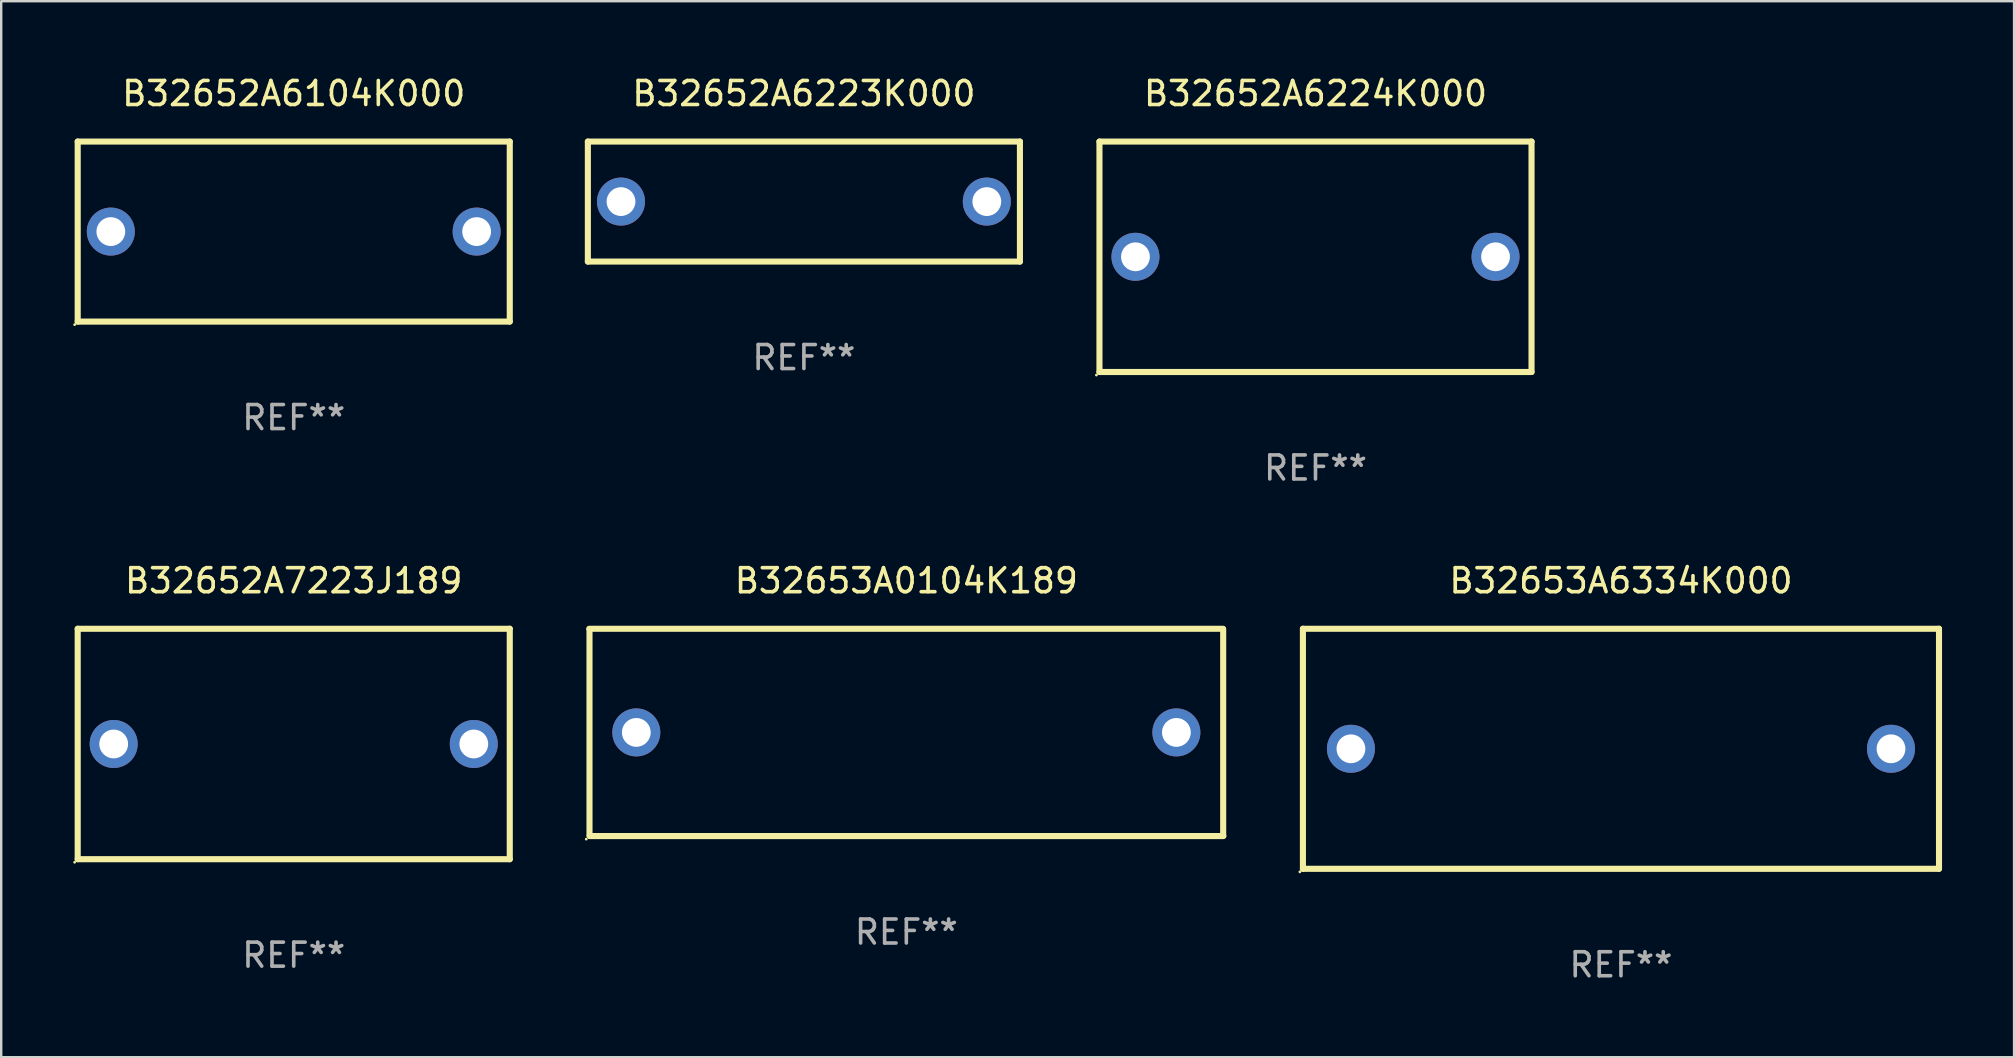
<source format=kicad_pcb>
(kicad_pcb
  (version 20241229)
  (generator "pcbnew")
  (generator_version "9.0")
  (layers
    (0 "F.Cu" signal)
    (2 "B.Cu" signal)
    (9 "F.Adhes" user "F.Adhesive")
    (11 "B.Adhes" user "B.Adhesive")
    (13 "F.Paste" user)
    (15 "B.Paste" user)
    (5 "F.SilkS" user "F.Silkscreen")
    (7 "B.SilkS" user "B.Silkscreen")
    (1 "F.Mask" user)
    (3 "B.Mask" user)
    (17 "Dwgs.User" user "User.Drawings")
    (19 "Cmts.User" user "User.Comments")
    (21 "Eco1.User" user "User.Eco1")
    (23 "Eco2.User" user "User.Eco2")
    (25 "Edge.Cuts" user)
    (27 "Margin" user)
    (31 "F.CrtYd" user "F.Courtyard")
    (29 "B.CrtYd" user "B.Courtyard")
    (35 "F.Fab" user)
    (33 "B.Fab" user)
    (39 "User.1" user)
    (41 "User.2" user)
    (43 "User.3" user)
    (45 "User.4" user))
  (footprint "B32652A6224K000"
    (layer "F.Cu")
    (at 51.755 7.648)
    (property "Reference" "B32652A6224K000" (at 0 -6.8 0) (layer "F.SilkS") (effects (font (size 1 1) (thickness 0.15))))
    (attr through_hole)
    (fp_line (start -9 -4.8) (end 9 -4.8) (stroke (width 0.254) (type solid)) (layer "F.SilkS"))
    (fp_line (start -9 4.8) (end -9 -4.8) (stroke (width 0.254) (type solid)) (layer "F.SilkS"))
    (fp_line (start 9 -4.8) (end 9 4.8) (stroke (width 0.254) (type solid)) (layer "F.SilkS"))
    (fp_line (start 9 4.8) (end -9 4.8) (stroke (width 0.254) (type solid)) (layer "F.SilkS"))
    (fp_circle (center -9.127 4.927) (end -9.097 4.927) (stroke (width 0.06) (type solid)) (fill no) (layer "F.SilkS"))
    (fp_text user "REF**" (at 0 8.8 0) (layer "F.Fab") (effects (font (size 1 1) (thickness 0.15))))
    (pad "1" thru_hole circle (at -7.501 0) (size 2 2) (drill 1.2) (layers "*.Cu" "*.Mask"))
    (pad "2" thru_hole circle (at 7.501 0) (size 2 2) (drill 1.2) (layers "*.Cu" "*.Mask")))
  (footprint "B32652A7223J189"
    (layer "F.Cu")
    (at 9.187 27.945)
    (property "Reference" "B32652A7223J189" (at 0 -6.8 0) (layer "F.SilkS") (effects (font (size 1 1) (thickness 0.15))))
    (attr through_hole)
    (fp_line (start -9 -4.8) (end 9 -4.8) (stroke (width 0.254) (type solid)) (layer "F.SilkS"))
    (fp_line (start -9 4.8) (end -9 -4.8) (stroke (width 0.254) (type solid)) (layer "F.SilkS"))
    (fp_line (start 9 -4.8) (end 9 4.8) (stroke (width 0.254) (type solid)) (layer "F.SilkS"))
    (fp_line (start 9 4.8) (end -9 4.8) (stroke (width 0.254) (type solid)) (layer "F.SilkS"))
    (fp_circle (center -9.127 4.927) (end -9.097 4.927) (stroke (width 0.06) (type solid)) (fill no) (layer "F.SilkS"))
    (fp_text user "REF**" (at 0 8.8 0) (layer "F.Fab") (effects (font (size 1 1) (thickness 0.15))))
    (pad "1" thru_hole circle (at -7.501 0) (size 2 2) (drill 1.2) (layers "*.Cu" "*.Mask"))
    (pad "2" thru_hole circle (at 7.501 0) (size 2 2) (drill 1.2) (layers "*.Cu" "*.Mask")))
  (footprint "B32653A0104K189"
    (layer "F.Cu")
    (at 34.709 27.463)
    (property "Reference" "B32653A0104K189" (at 0 -6.318 0) (layer "F.SilkS") (effects (font (size 1 1) (thickness 0.15))))
    (attr through_hole)
    (fp_line (start -13.208 -4.318) (end 13.193 -4.318) (stroke (width 0.254) (type solid)) (layer "F.SilkS"))
    (fp_line (start -13.2 4.3) (end -13.2 -4.3) (stroke (width 0.254) (type solid)) (layer "F.SilkS"))
    (fp_line (start 13.2 -4.3) (end 13.2 4.3) (stroke (width 0.254) (type solid)) (layer "F.SilkS"))
    (fp_line (start 13.208 4.318) (end -13.193 4.318) (stroke (width 0.254) (type solid)) (layer "F.SilkS"))
    (fp_circle (center -13.335 4.445) (end -13.305 4.445) (stroke (width 0.06) (type solid)) (fill no) (layer "F.SilkS"))
    (fp_text user "REF**" (at 0 8.318 0) (layer "F.Fab") (effects (font (size 1 1) (thickness 0.15))))
    (pad "1" thru_hole circle (at -11.25 0) (size 2 2) (drill 1.2) (layers "*.Cu" "*.Mask"))
    (pad "2" thru_hole circle (at 11.25 0) (size 2 2) (drill 1.2) (layers "*.Cu" "*.Mask")))
  (footprint "B32653A6334K000"
    (layer "F.Cu")
    (at 64.481 28.145)
    (property "Reference" "B32653A6334K000" (at 0 -7 0) (layer "F.SilkS") (effects (font (size 1 1) (thickness 0.15))))
    (attr through_hole)
    (fp_line (start -13.25 -5) (end 13.25 -5) (stroke (width 0.254) (type solid)) (layer "F.SilkS"))
    (fp_line (start -13.25 5) (end -13.25 -5) (stroke (width 0.254) (type solid)) (layer "F.SilkS"))
    (fp_line (start 13.25 -5) (end 13.25 5) (stroke (width 0.254) (type solid)) (layer "F.SilkS"))
    (fp_line (start 13.25 5) (end -13.25 5) (stroke (width 0.254) (type solid)) (layer "F.SilkS"))
    (fp_circle (center -13.377 5.127) (end -13.347 5.127) (stroke (width 0.06) (type solid)) (fill no) (layer "F.SilkS"))
    (fp_text user "REF**" (at 0 9 0) (layer "F.Fab") (effects (font (size 1 1) (thickness 0.15))))
    (pad "1" thru_hole circle (at -11.25 0) (size 2 2) (drill 1.2) (layers "*.Cu" "*.Mask"))
    (pad "2" thru_hole circle (at 11.25 0) (size 2 2) (drill 1.2) (layers "*.Cu" "*.Mask")))
  (footprint "B32652A6104K000"
    (layer "F.Cu")
    (at 9.187 6.598)
    (property "Reference" "B32652A6104K000" (at 0 -5.75 0) (layer "F.SilkS") (effects (font (size 1 1) (thickness 0.15))))
    (attr through_hole)
    (fp_line (start -9 -3.75) (end 9 -3.75) (stroke (width 0.254) (type solid)) (layer "F.SilkS"))
    (fp_line (start -9 3.75) (end -9 -3.75) (stroke (width 0.254) (type solid)) (layer "F.SilkS"))
    (fp_line (start 9 -3.75) (end 9 3.75) (stroke (width 0.254) (type solid)) (layer "F.SilkS"))
    (fp_line (start 9 3.75) (end -9 3.75) (stroke (width 0.254) (type solid)) (layer "F.SilkS"))
    (fp_circle (center -9.127 3.877) (end -9.097 3.877) (stroke (width 0.06) (type solid)) (fill no) (layer "F.SilkS"))
    (fp_text user "REF**" (at 0 7.75 0) (layer "F.Fab") (effects (font (size 1 1) (thickness 0.15))))
    (pad "1" thru_hole circle (at -7.62 0) (size 2 2) (drill 1.2) (layers "*.Cu" "*.Mask"))
    (pad "2" thru_hole circle (at 7.62 0) (size 2 2) (drill 1.2) (layers "*.Cu" "*.Mask")))
  (footprint "B32652A6223K000"
    (layer "F.Cu")
    (at 30.441 5.348)
    (property "Reference" "B32652A6223K000" (at 0 -4.5 0) (layer "F.SilkS") (effects (font (size 1 1) (thickness 0.15))))
    (attr through_hole)
    (fp_line (start -9 -2.5) (end 9 -2.5) (stroke (width 0.254) (type solid)) (layer "F.SilkS"))
    (fp_line (start -9 2.5) (end -9 -2.5) (stroke (width 0.254) (type solid)) (layer "F.SilkS"))
    (fp_line (start 9 -2.5) (end 9 2.5) (stroke (width 0.254) (type solid)) (layer "F.SilkS"))
    (fp_line (start 9 2.5) (end -9 2.5) (stroke (width 0.254) (type solid)) (layer "F.SilkS"))
    (fp_circle (center -9 2.5) (end -8.97 2.5) (stroke (width 0.06) (type solid)) (fill no) (layer "F.SilkS"))
    (fp_text user "REF**" (at 0 6.5 0) (layer "F.Fab") (effects (font (size 1 1) (thickness 0.15))))
    (pad "1" thru_hole circle (at -7.62 -0.000127) (size 2 2) (drill 1.2) (layers "*.Cu" "*.Mask"))
    (pad "2" thru_hole circle (at 7.62 -0.000127) (size 2 2) (drill 1.2) (layers "*.Cu" "*.Mask")))
  (gr_rect
    (start -3 -3)
    (end 80.858 40.993)
    (stroke (width 0.1) (type default))
    (fill no)
    (layer "Edge.Cuts")))
</source>
